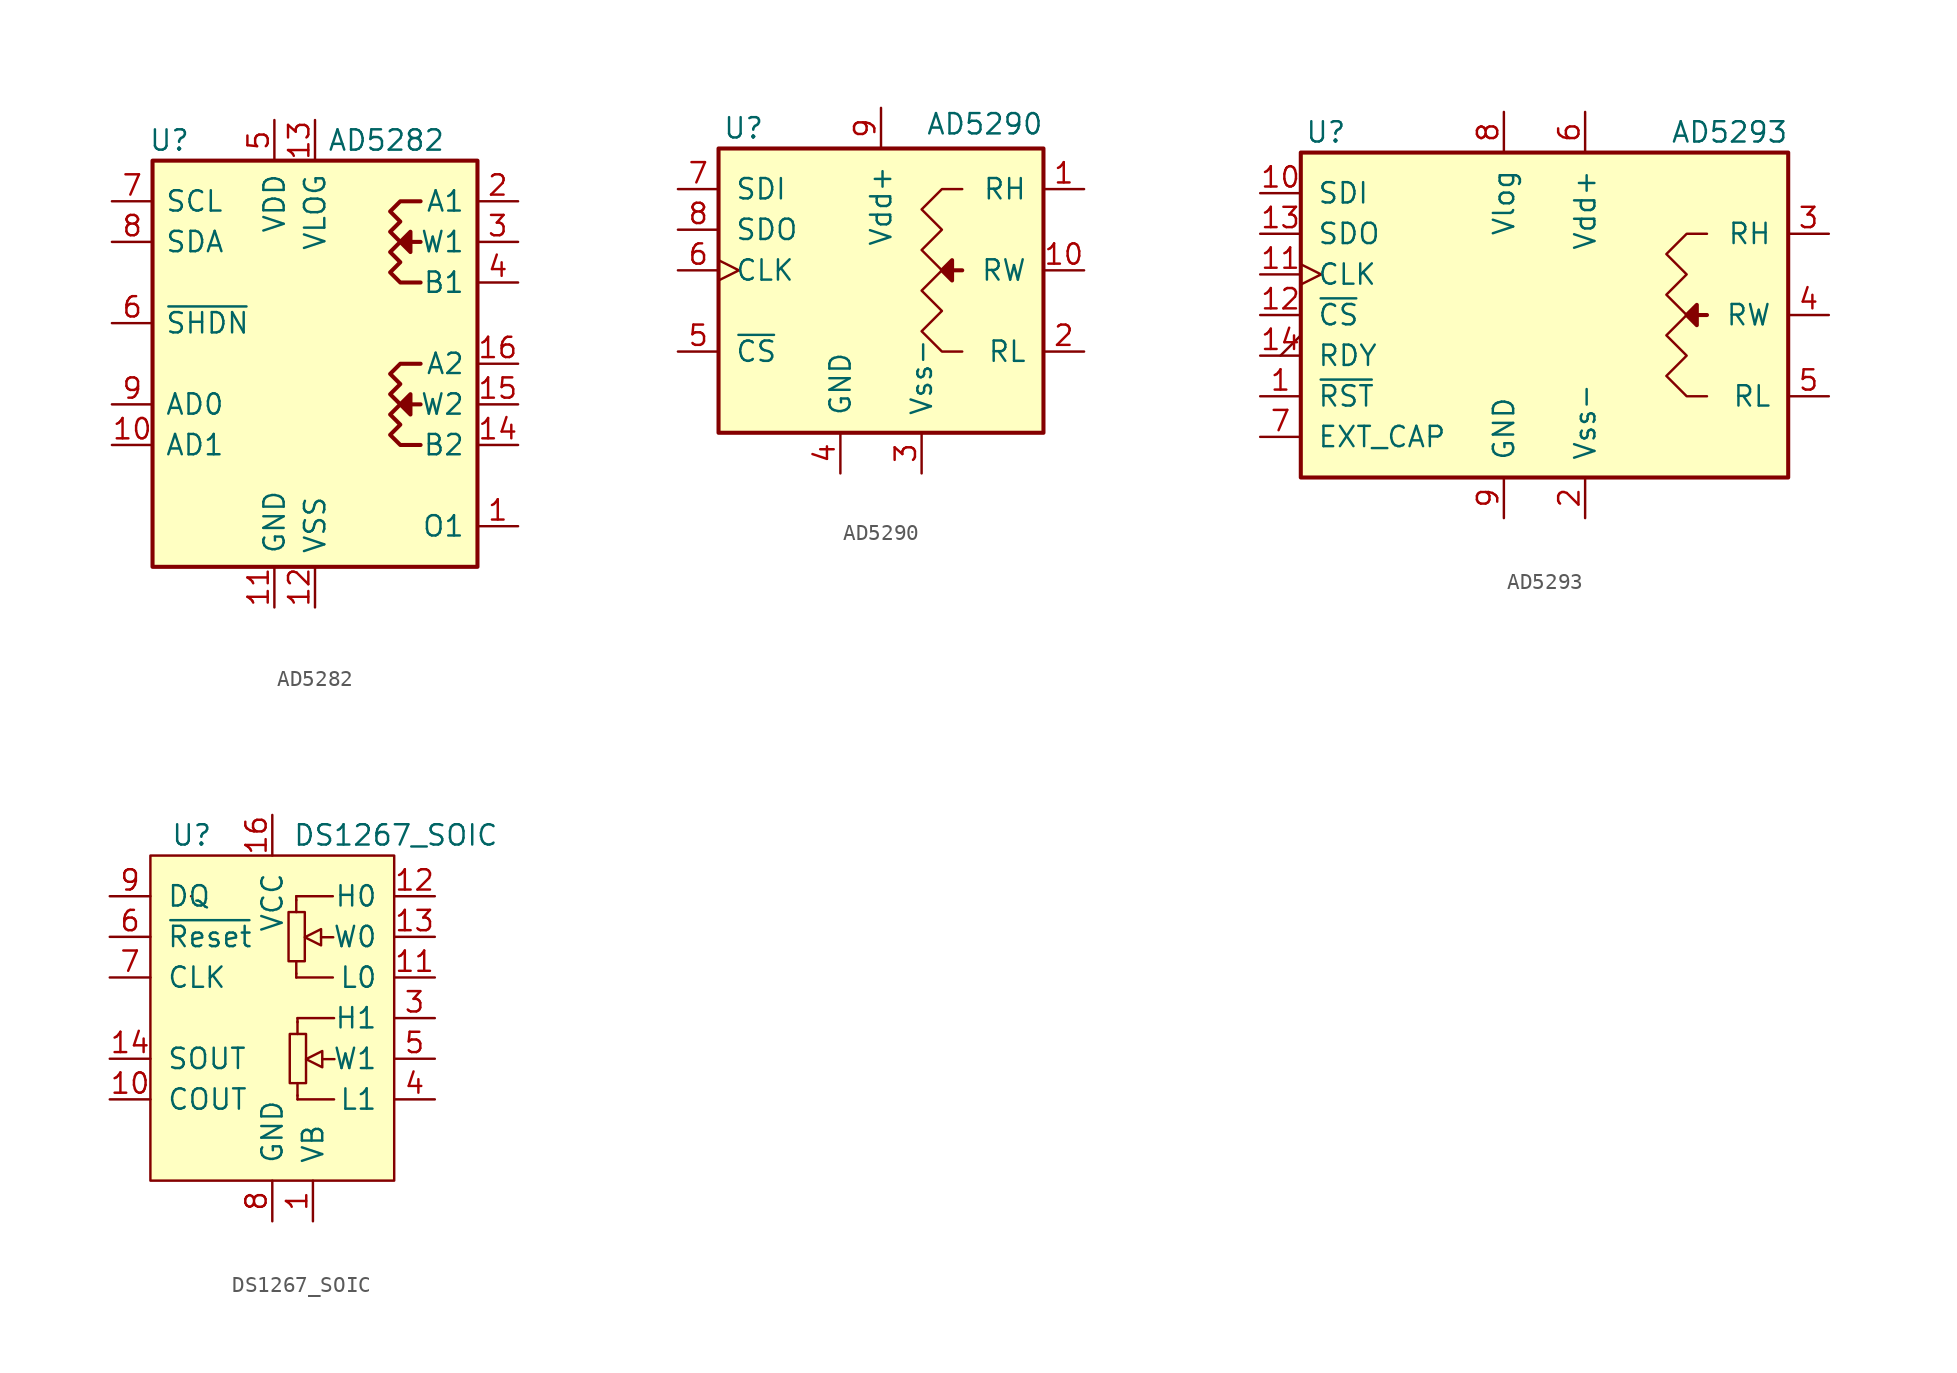
<source format=kicad_sym>
(kicad_symbol_lib
  (version 20220914)
  (generator kicad_symbol_editor)
  (symbol "AD5282"
    (pin_names
      (offset 0.762))
    (property "Reference" "U"
      (at -10.414 13.97 0)
      (effects (font (size 1.27 1.27)) (justify left)))
    (property "Value" "AD5282"
      (at 0.762 13.97 0)
      (effects (font (size 1.27 1.27)) (justify left)))
    (symbol "AD5282_0_1"
      (rectangle (start -10.16 12.7) (end 10.16 -12.7) (stroke (width 0.254) (type default)) (fill (type background)))
      (polyline (pts (xy 6.604 -2.54) (xy 5.334 -2.54) (xy 5.969 -1.905) (xy 5.969 -3.175) (xy 5.334 -2.54)) (stroke (width 0.254) (type default)) (fill (type outline)))
      (polyline (pts (xy 6.604 7.62) (xy 5.334 7.62) (xy 5.969 8.255) (xy 5.969 7.62) (xy 5.969 6.985) (xy 5.334 7.62)) (stroke (width 0.254) (type default)) (fill (type outline)))
      (polyline (pts (xy 6.604 0) (xy 5.334 0) (xy 4.699 -0.635) (xy 5.334 -1.27) (xy 4.699 -1.905) (xy 5.334 -2.54) (xy 4.699 -3.175) (xy 5.334 -3.81) (xy 4.699 -4.445) (xy 5.334 -5.08) (xy 6.604 -5.08)) (stroke (width 0.254) (type default)) (fill (type none)))
      (polyline (pts (xy 6.604 10.16) (xy 5.334 10.16) (xy 4.699 9.525) (xy 5.334 8.89) (xy 4.699 8.255) (xy 5.334 7.62) (xy 4.699 6.985) (xy 5.334 6.35) (xy 4.699 5.715) (xy 5.334 5.08) (xy 6.604 5.08)) (stroke (width 0.254) (type default)) (fill (type none))))
    (symbol "AD5282_1_1"
      (pin output line (at 12.7 -10.16 180) (length 2.54) (name "O1" (effects (font (size 1.27 1.27)))) (number "1" (effects (font (size 1.27 1.27)))))
      (pin input line (at -12.7 -5.08 0) (length 2.54) (name "AD1" (effects (font (size 1.27 1.27)))) (number "10" (effects (font (size 1.27 1.27)))))
      (pin power_in line (at -2.54 -15.24 90) (length 2.54) (name "GND" (effects (font (size 1.27 1.27)))) (number "11" (effects (font (size 1.27 1.27)))))
      (pin power_in line (at 0 -15.24 90) (length 2.54) (name "VSS" (effects (font (size 1.27 1.27)))) (number "12" (effects (font (size 1.27 1.27)))))
      (pin power_in line (at 0 15.24 270) (length 2.54) (name "VLOG" (effects (font (size 1.27 1.27)))) (number "13" (effects (font (size 1.27 1.27)))))
      (pin passive line (at 12.7 -5.08 180) (length 2.54) (name "B2" (effects (font (size 1.27 1.27)))) (number "14" (effects (font (size 1.27 1.27)))))
      (pin passive line (at 12.7 -2.54 180) (length 2.54) (name "W2" (effects (font (size 1.27 1.27)))) (number "15" (effects (font (size 1.27 1.27)))))
      (pin passive line (at 12.7 0 180) (length 2.54) (name "A2" (effects (font (size 1.27 1.27)))) (number "16" (effects (font (size 1.27 1.27)))))
      (pin passive line (at 12.7 10.16 180) (length 2.54) (name "A1" (effects (font (size 1.27 1.27)))) (number "2" (effects (font (size 1.27 1.27)))))
      (pin passive line (at 12.7 7.62 180) (length 2.54) (name "W1" (effects (font (size 1.27 1.27)))) (number "3" (effects (font (size 1.27 1.27)))))
      (pin passive line (at 12.7 5.08 180) (length 2.54) (name "B1" (effects (font (size 1.27 1.27)))) (number "4" (effects (font (size 1.27 1.27)))))
      (pin power_in line (at -2.54 15.24 270) (length 2.54) (name "VDD" (effects (font (size 1.27 1.27)))) (number "5" (effects (font (size 1.27 1.27)))))
      (pin input line (at -12.7 2.54 0) (length 2.54) (name "~{SHDN}" (effects (font (size 1.27 1.27)))) (number "6" (effects (font (size 1.27 1.27)))))
      (pin input line (at -12.7 10.16 0) (length 2.54) (name "SCL" (effects (font (size 1.27 1.27)))) (number "7" (effects (font (size 1.27 1.27)))))
      (pin bidirectional line (at -12.7 7.62 0) (length 2.54) (name "SDA" (effects (font (size 1.27 1.27)))) (number "8" (effects (font (size 1.27 1.27)))))
      (pin input line (at -12.7 -2.54 0) (length 2.54) (name "AD0" (effects (font (size 1.27 1.27)))) (number "9" (effects (font (size 1.27 1.27)))))))
  (symbol "AD5290"
    (pin_names
      (offset 1.016))
    (property "Reference" "U"
      (at -9.906 8.89 0)
      (effects (font (size 1.27 1.27)) (justify left)))
    (property "Value" "AD5290"
      (at 2.794 9.144 0)
      (effects (font (size 1.27 1.27)) (justify left)))
    (symbol "AD5290_0_1"
      (rectangle (start -10.16 7.62) (end 10.16 -10.16) (stroke (width 0.254) (type default)) (fill (type background)))
      (polyline (pts (xy 4.445 0) (xy 5.08 0)) (stroke (width 0.254) (type default)) (fill (type none)))
      (polyline (pts (xy 3.81 0) (xy 4.445 0.635) (xy 4.445 -0.635) (xy 3.81 0)) (stroke (width 0.254) (type default)) (fill (type outline)))
      (polyline (pts (xy 5.08 5.08) (xy 3.81 5.08) (xy 2.54 3.81) (xy 3.81 2.54) (xy 2.54 1.27) (xy 3.81 0) (xy 2.54 -1.27) (xy 3.81 -2.54) (xy 2.54 -3.81) (xy 3.81 -5.08) (xy 5.08 -5.08) (xy 5.08 -5.08) (xy 5.08 -5.08)) (stroke (width 0) (type default)) (fill (type none))))
    (symbol "AD5290_1_1"
      (pin passive line (at 12.7 5.08 180) (length 2.54) (name "RH" (effects (font (size 1.27 1.27)))) (number "1" (effects (font (size 1.27 1.27)))))
      (pin passive line (at 12.7 0 180) (length 2.54) (name "RW" (effects (font (size 1.27 1.27)))) (number "10" (effects (font (size 1.27 1.27)))))
      (pin passive line (at 12.7 -5.08 180) (length 2.54) (name "RL" (effects (font (size 1.27 1.27)))) (number "2" (effects (font (size 1.27 1.27)))))
      (pin power_in line (at 2.54 -12.7 90) (length 2.54) (name "Vss-" (effects (font (size 1.27 1.27)))) (number "3" (effects (font (size 1.27 1.27)))))
      (pin power_in line (at -2.54 -12.7 90) (length 2.54) (name "GND" (effects (font (size 1.27 1.27)))) (number "4" (effects (font (size 1.27 1.27)))))
      (pin input line (at -12.7 -5.08 0) (length 2.54) (name "~{CS}" (effects (font (size 1.27 1.27)))) (number "5" (effects (font (size 1.27 1.27)))))
      (pin input clock (at -12.7 0 0) (length 2.54) (name "CLK" (effects (font (size 1.27 1.27)))) (number "6" (effects (font (size 1.27 1.27)))))
      (pin input line (at -12.7 5.08 0) (length 2.54) (name "SDI" (effects (font (size 1.27 1.27)))) (number "7" (effects (font (size 1.27 1.27)))))
      (pin output line (at -12.7 2.54 0) (length 2.54) (name "SDO" (effects (font (size 1.27 1.27)))) (number "8" (effects (font (size 1.27 1.27)))))
      (pin power_in line (at 0 10.16 270) (length 2.54) (name "Vdd+" (effects (font (size 1.27 1.27)))) (number "9" (effects (font (size 1.27 1.27)))))))
  (symbol "AD5293"
    (pin_names
      (offset 1.016))
    (property "Reference" "U"
      (at -14.986 11.43 0)
      (effects (font (size 1.27 1.27)) (justify left)))
    (property "Value" "AD5293"
      (at 7.874 11.43 0)
      (effects (font (size 1.27 1.27)) (justify left)))
    (symbol "AD5293_0_1"
      (rectangle (start -15.24 10.16) (end 15.24 -10.16) (stroke (width 0.254) (type default)) (fill (type background)))
      (polyline (pts (xy 9.525 0) (xy 10.16 0)) (stroke (width 0.254) (type default)) (fill (type none)))
      (polyline (pts (xy 8.89 0) (xy 9.525 0.635) (xy 9.525 -0.635) (xy 8.89 0)) (stroke (width 0.254) (type default)) (fill (type outline)))
      (polyline (pts (xy 10.16 5.08) (xy 8.89 5.08) (xy 7.62 3.81) (xy 8.89 2.54) (xy 7.62 1.27) (xy 8.89 0) (xy 7.62 -1.27) (xy 8.89 -2.54) (xy 7.62 -3.81) (xy 8.89 -5.08) (xy 10.16 -5.08) (xy 10.16 -5.08) (xy 10.16 -5.08)) (stroke (width 0) (type default)) (fill (type none))))
    (symbol "AD5293_1_1"
      (pin input line (at -17.78 -5.08 0) (length 2.54) (name "~{RST}" (effects (font (size 1.27 1.27)))) (number "1" (effects (font (size 1.27 1.27)))))
      (pin input line (at -17.78 7.62 0) (length 2.54) (name "SDI" (effects (font (size 1.27 1.27)))) (number "10" (effects (font (size 1.27 1.27)))))
      (pin input clock (at -17.78 2.54 0) (length 2.54) (name "CLK" (effects (font (size 1.27 1.27)))) (number "11" (effects (font (size 1.27 1.27)))))
      (pin input line (at -17.78 0 0) (length 2.54) (name "~{CS}" (effects (font (size 1.27 1.27)))) (number "12" (effects (font (size 1.27 1.27)))))
      (pin output line (at -17.78 5.08 0) (length 2.54) (name "SDO" (effects (font (size 1.27 1.27)))) (number "13" (effects (font (size 1.27 1.27)))))
      (pin open_collector output_low (at -17.78 -2.54 0) (length 2.54) (name "RDY" (effects (font (size 1.27 1.27)))) (number "14" (effects (font (size 1.27 1.27)))))
      (pin power_in line (at 2.54 -12.7 90) (length 2.54) (name "Vss-" (effects (font (size 1.27 1.27)))) (number "2" (effects (font (size 1.27 1.27)))))
      (pin passive line (at 17.78 5.08 180) (length 2.54) (name "RH" (effects (font (size 1.27 1.27)))) (number "3" (effects (font (size 1.27 1.27)))))
      (pin passive line (at 17.78 0 180) (length 2.54) (name "RW" (effects (font (size 1.27 1.27)))) (number "4" (effects (font (size 1.27 1.27)))))
      (pin passive line (at 17.78 -5.08 180) (length 2.54) (name "RL" (effects (font (size 1.27 1.27)))) (number "5" (effects (font (size 1.27 1.27)))))
      (pin power_in line (at 2.54 12.7 270) (length 2.54) (name "Vdd+" (effects (font (size 1.27 1.27)))) (number "6" (effects (font (size 1.27 1.27)))))
      (pin passive line (at -17.78 -7.62 0) (length 2.54) (name "EXT_CAP" (effects (font (size 1.27 1.27)))) (number "7" (effects (font (size 1.27 1.27)))))
      (pin power_in line (at -2.54 12.7 270) (length 2.54) (name "Vlog" (effects (font (size 1.27 1.27)))) (number "8" (effects (font (size 1.27 1.27)))))
      (pin power_in line (at -2.54 -12.7 90) (length 2.54) (name "GND" (effects (font (size 1.27 1.27)))) (number "9" (effects (font (size 1.27 1.27)))))))
  (symbol "DS1267_SOIC"
    (pin_names
      (offset 1.016))
    (property "Reference" "U"
      (at -6.35 11.43 0)
      (effects (font (size 1.27 1.27)) (justify left)))
    (property "Value" "DS1267_SOIC"
      (at 1.27 11.43 0)
      (effects (font (size 1.27 1.27)) (justify left)))
    (symbol "DS1267_SOIC_0_1"
      (rectangle (start -7.62 10.16) (end 7.62 -10.16) (stroke (width 0) (type default)) (fill (type background)))
      (rectangle (start -5.08 7.62) (end -5.08 7.62) (stroke (width 0) (type default)) (fill (type none)))
      (polyline (pts (xy 1.499 2.769) (xy 1.499 3.556)) (stroke (width 0) (type default)) (fill (type none)))
      (polyline (pts (xy 1.499 6.629) (xy 1.499 7.391)) (stroke (width 0) (type default)) (fill (type none)))
      (polyline (pts (xy 1.575 -4.851) (xy 1.575 -4.064)) (stroke (width 0) (type default)) (fill (type none)))
      (polyline (pts (xy 1.575 -0.991) (xy 1.575 -0.229)) (stroke (width 0) (type default)) (fill (type none)))
      (polyline (pts (xy 3.048 5.055) (xy 3.81 5.055)) (stroke (width 0) (type default)) (fill (type none)))
      (polyline (pts (xy 3.124 -2.565) (xy 3.886 -2.565)) (stroke (width 0) (type default)) (fill (type none)))
      (polyline (pts (xy 1.499 2.54) (xy 1.499 2.794) (xy 1.499 2.794)) (stroke (width 0) (type default)) (fill (type background)))
      (polyline (pts (xy 1.499 2.54) (xy 3.785 2.54) (xy 3.785 2.54)) (stroke (width 0) (type default)) (fill (type background)))
      (polyline (pts (xy 1.499 7.62) (xy 1.499 7.366) (xy 1.499 7.366)) (stroke (width 0) (type default)) (fill (type none)))
      (polyline (pts (xy 1.499 7.62) (xy 3.785 7.62) (xy 3.785 7.62)) (stroke (width 0) (type default)) (fill (type background)))
      (polyline (pts (xy 1.575 -5.08) (xy 1.575 -4.826) (xy 1.575 -4.826)) (stroke (width 0) (type default)) (fill (type background)))
      (polyline (pts (xy 1.575 -5.08) (xy 3.861 -5.08) (xy 3.861 -5.08)) (stroke (width 0) (type default)) (fill (type background)))
      (polyline (pts (xy 1.575 0) (xy 1.575 -0.254) (xy 1.575 -0.254)) (stroke (width 0) (type default)) (fill (type none)))
      (polyline (pts (xy 1.575 0) (xy 3.861 0) (xy 3.861 0)) (stroke (width 0) (type default)) (fill (type background)))
      (polyline (pts (xy 3.048 5.563) (xy 3.048 4.547) (xy 2.032 5.055) (xy 3.048 5.563) (xy 3.048 5.563)) (stroke (width 0) (type default)) (fill (type background)))
      (polyline (pts (xy 3.124 -2.057) (xy 3.124 -3.073) (xy 2.108 -2.565) (xy 3.124 -2.057) (xy 3.124 -2.057)) (stroke (width 0) (type default)) (fill (type background)))
      (rectangle (start 2.032 6.629) (end 1.016 3.556) (stroke (width 0) (type default)) (fill (type none)))
      (rectangle (start 2.108 -0.991) (end 1.092 -4.064) (stroke (width 0) (type default)) (fill (type none))))
    (symbol "DS1267_SOIC_1_1"
      (pin power_in line (at 2.54 -12.7 90) (length 2.54) (name "VB" (effects (font (size 1.27 1.27)))) (number "1" (effects (font (size 1.27 1.27)))))
      (pin output line (at -10.16 -5.08 0) (length 2.54) (name "COUT" (effects (font (size 1.27 1.27)))) (number "10" (effects (font (size 1.27 1.27)))))
      (pin passive line (at 10.16 2.54 180) (length 2.54) (name "L0" (effects (font (size 1.27 1.27)))) (number "11" (effects (font (size 1.27 1.27)))))
      (pin passive line (at 10.16 7.62 180) (length 2.54) (name "H0" (effects (font (size 1.27 1.27)))) (number "12" (effects (font (size 1.27 1.27)))))
      (pin passive line (at 10.16 5.08 180) (length 2.54) (name "W0" (effects (font (size 1.27 1.27)))) (number "13" (effects (font (size 1.27 1.27)))))
      (pin output line (at -10.16 -2.54 0) (length 2.54) (name "SOUT" (effects (font (size 1.27 1.27)))) (number "14" (effects (font (size 1.27 1.27)))))
      (pin power_in line (at 0 12.7 270) (length 2.54) (name "VCC" (effects (font (size 1.27 1.27)))) (number "16" (effects (font (size 1.27 1.27)))))
      (pin passive line (at 10.16 0 180) (length 2.54) (name "H1" (effects (font (size 1.27 1.27)))) (number "3" (effects (font (size 1.27 1.27)))))
      (pin passive line (at 10.16 -5.08 180) (length 2.54) (name "L1" (effects (font (size 1.27 1.27)))) (number "4" (effects (font (size 1.27 1.27)))))
      (pin passive line (at 10.16 -2.54 180) (length 2.54) (name "W1" (effects (font (size 1.27 1.27)))) (number "5" (effects (font (size 1.27 1.27)))))
      (pin input line (at -10.16 5.08 0) (length 2.54) (name "~{Reset}" (effects (font (size 1.27 1.27)))) (number "6" (effects (font (size 1.27 1.27)))))
      (pin input line (at -10.16 2.54 0) (length 2.54) (name "CLK" (effects (font (size 1.27 1.27)))) (number "7" (effects (font (size 1.27 1.27)))))
      (pin power_in line (at 0 -12.7 90) (length 2.54) (name "GND" (effects (font (size 1.27 1.27)))) (number "8" (effects (font (size 1.27 1.27)))))
      (pin input line (at -10.16 7.62 0) (length 2.54) (name "DQ" (effects (font (size 1.27 1.27)))) (number "9" (effects (font (size 1.27 1.27))))))))
</source>
